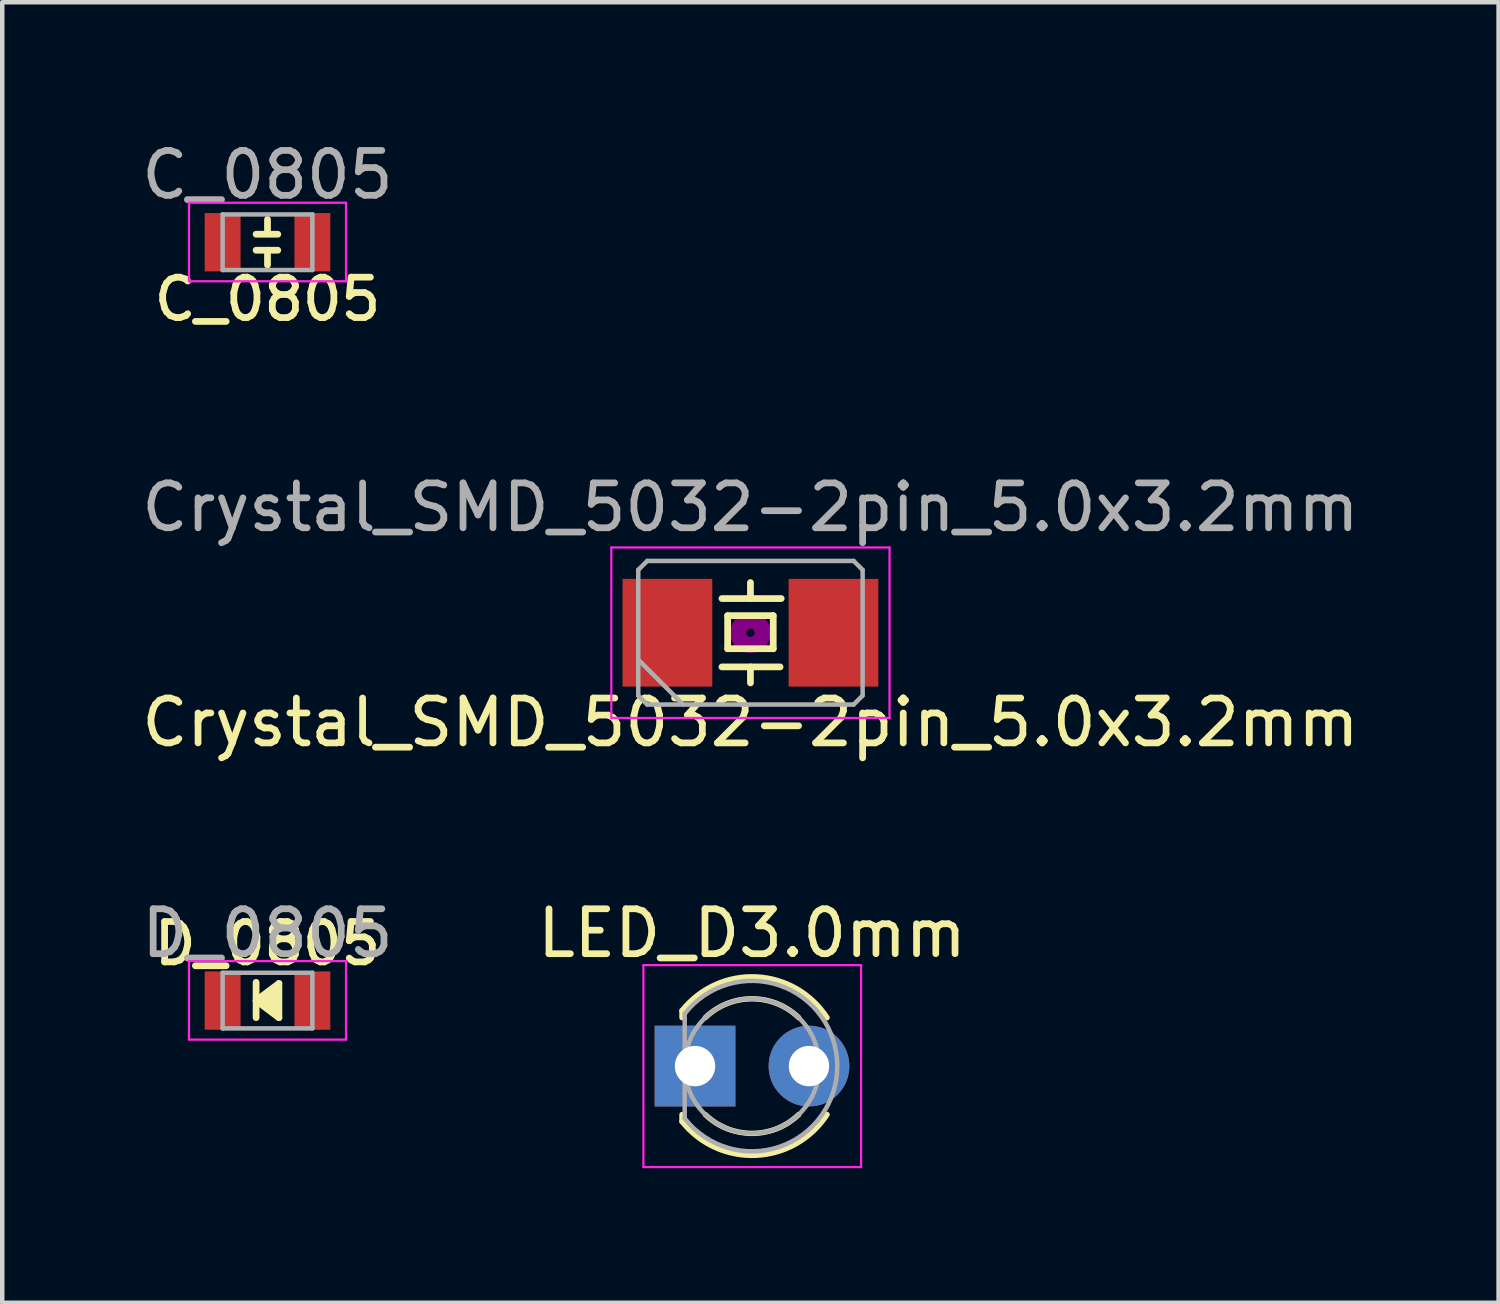
<source format=kicad_pcb>
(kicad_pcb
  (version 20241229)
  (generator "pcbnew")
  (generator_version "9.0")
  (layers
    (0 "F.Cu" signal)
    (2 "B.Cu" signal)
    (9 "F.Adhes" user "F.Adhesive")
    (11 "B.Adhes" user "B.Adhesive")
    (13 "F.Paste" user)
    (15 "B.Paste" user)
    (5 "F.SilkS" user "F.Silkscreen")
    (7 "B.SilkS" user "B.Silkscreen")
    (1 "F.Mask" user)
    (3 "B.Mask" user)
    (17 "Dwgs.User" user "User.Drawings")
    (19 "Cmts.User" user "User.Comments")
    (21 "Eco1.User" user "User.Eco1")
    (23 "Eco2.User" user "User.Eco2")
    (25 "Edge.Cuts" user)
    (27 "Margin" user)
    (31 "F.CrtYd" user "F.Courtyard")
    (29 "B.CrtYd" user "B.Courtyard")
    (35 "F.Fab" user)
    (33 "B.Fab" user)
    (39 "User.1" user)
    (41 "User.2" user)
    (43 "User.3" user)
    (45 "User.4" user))
  (footprint "Crystal_SMD_5032-2pin_5.0x3.2mm"
    (layer "F.Cu")
    (at 13.673 11.05)
    (property "Reference" "Crystal_SMD_5032-2pin_5.0x3.2mm" (at 0 2 0) (layer "F.SilkS") (effects (font (size 1 1) (thickness 0.15))))
    (attr smd)
    (fp_line (start -0.635 -0.762) (end 0.686 -0.762) (stroke (width 0.15) (type solid)) (layer "F.SilkS"))
    (fp_line (start -0.635 0.762) (end 0.66 0.762) (stroke (width 0.15) (type solid)) (layer "F.SilkS"))
    (fp_line (start -0.508 -0.381) (end -0.508 0.356) (stroke (width 0.15) (type solid)) (layer "F.SilkS"))
    (fp_line (start -0.508 0.356) (end 0.508 0.356) (stroke (width 0.15) (type solid)) (layer "F.SilkS"))
    (fp_line (start 0 -0.762) (end 0 -1.118) (stroke (width 0.15) (type solid)) (layer "F.SilkS"))
    (fp_line (start 0 0.762) (end 0 1.118) (stroke (width 0.15) (type solid)) (layer "F.SilkS"))
    (fp_line (start 0.508 -0.381) (end -0.508 -0.381) (stroke (width 0.15) (type solid)) (layer "F.SilkS"))
    (fp_line (start 0.508 0.356) (end 0.508 -0.381) (stroke (width 0.15) (type solid)) (layer "F.SilkS"))
    (fp_circle (center 0 0) (end 0.093 0) (stroke (width 0.187) (type solid)) (fill no) (layer "F.Adhes"))
    (fp_circle (center 0 0) (end 0.213 0) (stroke (width 0.133) (type solid)) (fill no) (layer "F.Adhes"))
    (fp_circle (center 0 0) (end 0.333 0) (stroke (width 0.133) (type solid)) (fill no) (layer "F.Adhes"))
    (fp_circle (center 0 0) (end 0.4 0) (stroke (width 0.1) (type solid)) (fill no) (layer "F.Adhes"))
    (fp_line (start -3.1 -1.9) (end -3.1 1.9) (stroke (width 0.05) (type solid)) (layer "F.CrtYd"))
    (fp_line (start -3.1 1.9) (end 3.1 1.9) (stroke (width 0.05) (type solid)) (layer "F.CrtYd"))
    (fp_line (start 3.1 -1.9) (end -3.1 -1.9) (stroke (width 0.05) (type solid)) (layer "F.CrtYd"))
    (fp_line (start 3.1 1.9) (end 3.1 -1.9) (stroke (width 0.05) (type solid)) (layer "F.CrtYd"))
    (fp_line (start -2.5 -1.4) (end -2.3 -1.6) (stroke (width 0.1) (type solid)) (layer "F.Fab"))
    (fp_line (start -2.5 0.6) (end -1.5 1.6) (stroke (width 0.1) (type solid)) (layer "F.Fab"))
    (fp_line (start -2.5 1.4) (end -2.5 -1.4) (stroke (width 0.1) (type solid)) (layer "F.Fab"))
    (fp_line (start -2.3 -1.6) (end 2.3 -1.6) (stroke (width 0.1) (type solid)) (layer "F.Fab"))
    (fp_line (start -2.3 1.6) (end -2.5 1.4) (stroke (width 0.1) (type solid)) (layer "F.Fab"))
    (fp_line (start 2.3 -1.6) (end 2.5 -1.4) (stroke (width 0.1) (type solid)) (layer "F.Fab"))
    (fp_line (start 2.3 1.6) (end -2.3 1.6) (stroke (width 0.1) (type solid)) (layer "F.Fab"))
    (fp_line (start 2.5 -1.4) (end 2.5 1.4) (stroke (width 0.1) (type solid)) (layer "F.Fab"))
    (fp_line (start 2.5 1.4) (end 2.3 1.6) (stroke (width 0.1) (type solid)) (layer "F.Fab"))
    (fp_text user "${REFERENCE}" (at 0 -2.794 0) (layer "F.Fab") (effects (font (size 1 1) (thickness 0.15))))
    (pad "1" smd rect (at -1.85 0) (size 2 2.4) (layers "F.Cu" "F.Mask"))
    (pad "2" smd rect (at 1.85 0) (size 2 2.4) (layers "F.Cu" "F.Mask")))
  (footprint "C_0805"
    (layer "F.Cu")
    (at 2.911 2.348)
    (property "Reference" "C_0805" (at 0 1.27 0) (layer "F.SilkS") (effects (font (size 0.9 0.9) (thickness 0.15))))
    (attr smd)
    (fp_line (start -0.254 -0.178) (end 0.229 -0.178) (stroke (width 0.15) (type solid)) (layer "F.SilkS"))
    (fp_line (start -0.254 0.178) (end 0.229 0.178) (stroke (width 0.15) (type solid)) (layer "F.SilkS"))
    (fp_line (start 0 -0.203) (end 0 -0.508) (stroke (width 0.15) (type solid)) (layer "F.SilkS"))
    (fp_line (start 0 0.178) (end 0 0.508) (stroke (width 0.15) (type solid)) (layer "F.SilkS"))
    (fp_line (start -1.75 -0.88) (end -1.75 0.87) (stroke (width 0.05) (type solid)) (layer "F.CrtYd"))
    (fp_line (start -1.75 -0.88) (end 1.75 -0.88) (stroke (width 0.05) (type solid)) (layer "F.CrtYd"))
    (fp_line (start 1.75 0.87) (end -1.75 0.87) (stroke (width 0.05) (type solid)) (layer "F.CrtYd"))
    (fp_line (start 1.75 0.87) (end 1.75 -0.88) (stroke (width 0.05) (type solid)) (layer "F.CrtYd"))
    (fp_line (start -1 -0.62) (end 1 -0.62) (stroke (width 0.1) (type solid)) (layer "F.Fab"))
    (fp_line (start -1 0.62) (end -1 -0.62) (stroke (width 0.1) (type solid)) (layer "F.Fab"))
    (fp_line (start 1 -0.62) (end 1 0.62) (stroke (width 0.1) (type solid)) (layer "F.Fab"))
    (fp_line (start 1 0.62) (end -1 0.62) (stroke (width 0.1) (type solid)) (layer "F.Fab"))
    (fp_text user "${REFERENCE}" (at 0 -1.5 0) (layer "F.Fab") (effects (font (size 1 1) (thickness 0.15))))
    (pad "1" smd rect (at -1 0) (size 0.8 1.3) (layers "F.Cu" "F.Mask" "F.Paste"))
    (pad "2" smd rect (at 1 0) (size 0.8 1.3) (layers "F.Cu" "F.Mask" "F.Paste")))
  (footprint "D_0805"
    (layer "F.Cu")
    (at 2.911 19.247)
    (property "Reference" "D_0805" (at 0 -1.27 0) (layer "F.SilkS") (effects (font (size 0.9 0.9) (thickness 0.15))))
    (attr smd)
    (fp_line (start -0.254 -0.406) (end -0.254 0.381) (stroke (width 0.15) (type solid)) (layer "F.SilkS"))
    (fp_line (start -0.254 0) (end 0.254 -0.381) (stroke (width 0.15) (type solid)) (layer "F.SilkS"))
    (fp_line (start -0.102 0) (end 0.203 -0.229) (stroke (width 0.15) (type solid)) (layer "F.SilkS"))
    (fp_line (start -0.051 0.025) (end 0.127 -0.076) (stroke (width 0.15) (type solid)) (layer "F.SilkS"))
    (fp_line (start 0.127 -0.076) (end 0.102 0.051) (stroke (width 0.15) (type solid)) (layer "F.SilkS"))
    (fp_line (start 0.203 -0.229) (end 0.203 0.229) (stroke (width 0.15) (type solid)) (layer "F.SilkS"))
    (fp_line (start 0.203 0.229) (end -0.051 0.025) (stroke (width 0.15) (type solid)) (layer "F.SilkS"))
    (fp_line (start 0.254 -0.381) (end 0.254 0.381) (stroke (width 0.15) (type solid)) (layer "F.SilkS"))
    (fp_line (start 0.254 0.381) (end -0.254 0) (stroke (width 0.15) (type solid)) (layer "F.SilkS"))
    (fp_line (start -1.75 -0.88) (end -1.75 0.87) (stroke (width 0.05) (type solid)) (layer "F.CrtYd"))
    (fp_line (start -1.75 -0.88) (end 1.75 -0.88) (stroke (width 0.05) (type solid)) (layer "F.CrtYd"))
    (fp_line (start 1.75 0.87) (end -1.75 0.87) (stroke (width 0.05) (type solid)) (layer "F.CrtYd"))
    (fp_line (start 1.75 0.87) (end 1.75 -0.88) (stroke (width 0.05) (type solid)) (layer "F.CrtYd"))
    (fp_line (start -1 -0.62) (end 1 -0.62) (stroke (width 0.1) (type solid)) (layer "F.Fab"))
    (fp_line (start -1 0.62) (end -1 -0.62) (stroke (width 0.1) (type solid)) (layer "F.Fab"))
    (fp_line (start 1 -0.62) (end 1 0.62) (stroke (width 0.1) (type solid)) (layer "F.Fab"))
    (fp_line (start 1 0.62) (end -1 0.62) (stroke (width 0.1) (type solid)) (layer "F.Fab"))
    (fp_text user "${REFERENCE}" (at 0 -1.5 0) (layer "F.Fab") (effects (font (size 1 1) (thickness 0.15))))
    (pad "1" smd rect (at -1 0) (size 0.8 1.3) (layers "F.Cu" "F.Mask"))
    (pad "2" smd rect (at 1 0) (size 0.8 1.3) (layers "F.Cu" "F.Mask")))
  (footprint "LED_D3.0mm"
    (layer "F.Cu")
    (at 13.708 20.707)
    (property "Reference" "LED_D3.0mm" (at 0 -2.96 0) (layer "F.SilkS") (effects (font (size 1 1) (thickness 0.15))))
    (attr through_hole)
    (fp_line (start -1.56 -1.236) (end -1.56 -1.08) (stroke (width 0.12) (type solid)) (layer "F.SilkS"))
    (fp_line (start -1.56 1.08) (end -1.56 1.236) (stroke (width 0.12) (type solid)) (layer "F.SilkS"))
    (fp_arc (start -1.56 -1.235516) (mid 0.096487 -1.987659) (end 1.672335 -1.078608) (stroke (width 0.12) (type solid)) (layer "F.SilkS"))
    (fp_arc (start -1.040961 -1.08) (mid 0.000117 -1.5) (end 1.04113 -1.079837) (stroke (width 0.12) (type solid)) (layer "F.SilkS"))
    (fp_arc (start 1.04113 1.079837) (mid 0.000117 1.5) (end -1.040961 1.08) (stroke (width 0.12) (type solid)) (layer "F.SilkS"))
    (fp_arc (start 1.672335 1.078608) (mid 0.096487 1.987659) (end -1.56 1.235516) (stroke (width 0.12) (type solid)) (layer "F.SilkS"))
    (fp_line (start -2.42 -2.25) (end -2.42 2.25) (stroke (width 0.05) (type solid)) (layer "F.CrtYd"))
    (fp_line (start -2.42 2.25) (end 2.43 2.25) (stroke (width 0.05) (type solid)) (layer "F.CrtYd"))
    (fp_line (start 2.43 -2.25) (end -2.42 -2.25) (stroke (width 0.05) (type solid)) (layer "F.CrtYd"))
    (fp_line (start 2.43 2.25) (end 2.43 -2.25) (stroke (width 0.05) (type solid)) (layer "F.CrtYd"))
    (fp_line (start -1.5 -1.166) (end -1.5 1.166) (stroke (width 0.1) (type solid)) (layer "F.Fab"))
    (fp_arc (start -1.5 -1.16619) (mid 1.9 0.000452) (end -1.500555 1.165476) (stroke (width 0.1) (type solid)) (layer "F.Fab"))
    (fp_circle (center 0 0) (end 1.5 0) (stroke (width 0.1) (type solid)) (fill no) (layer "F.Fab"))
    (pad "1" thru_hole rect (at -1.27 0) (size 1.8 1.8) (drill 0.9) (layers "*.Cu" "B.Mask"))
    (pad "2" thru_hole circle (at 1.27 0) (size 1.8 1.8) (drill 0.9) (layers "*.Cu" "B.Mask")))
  (gr_rect
    (start -3 -3)
    (end 30.345 25.982)
    (stroke (width 0.1) (type default))
    (fill no)
    (layer "Edge.Cuts")))
</source>
